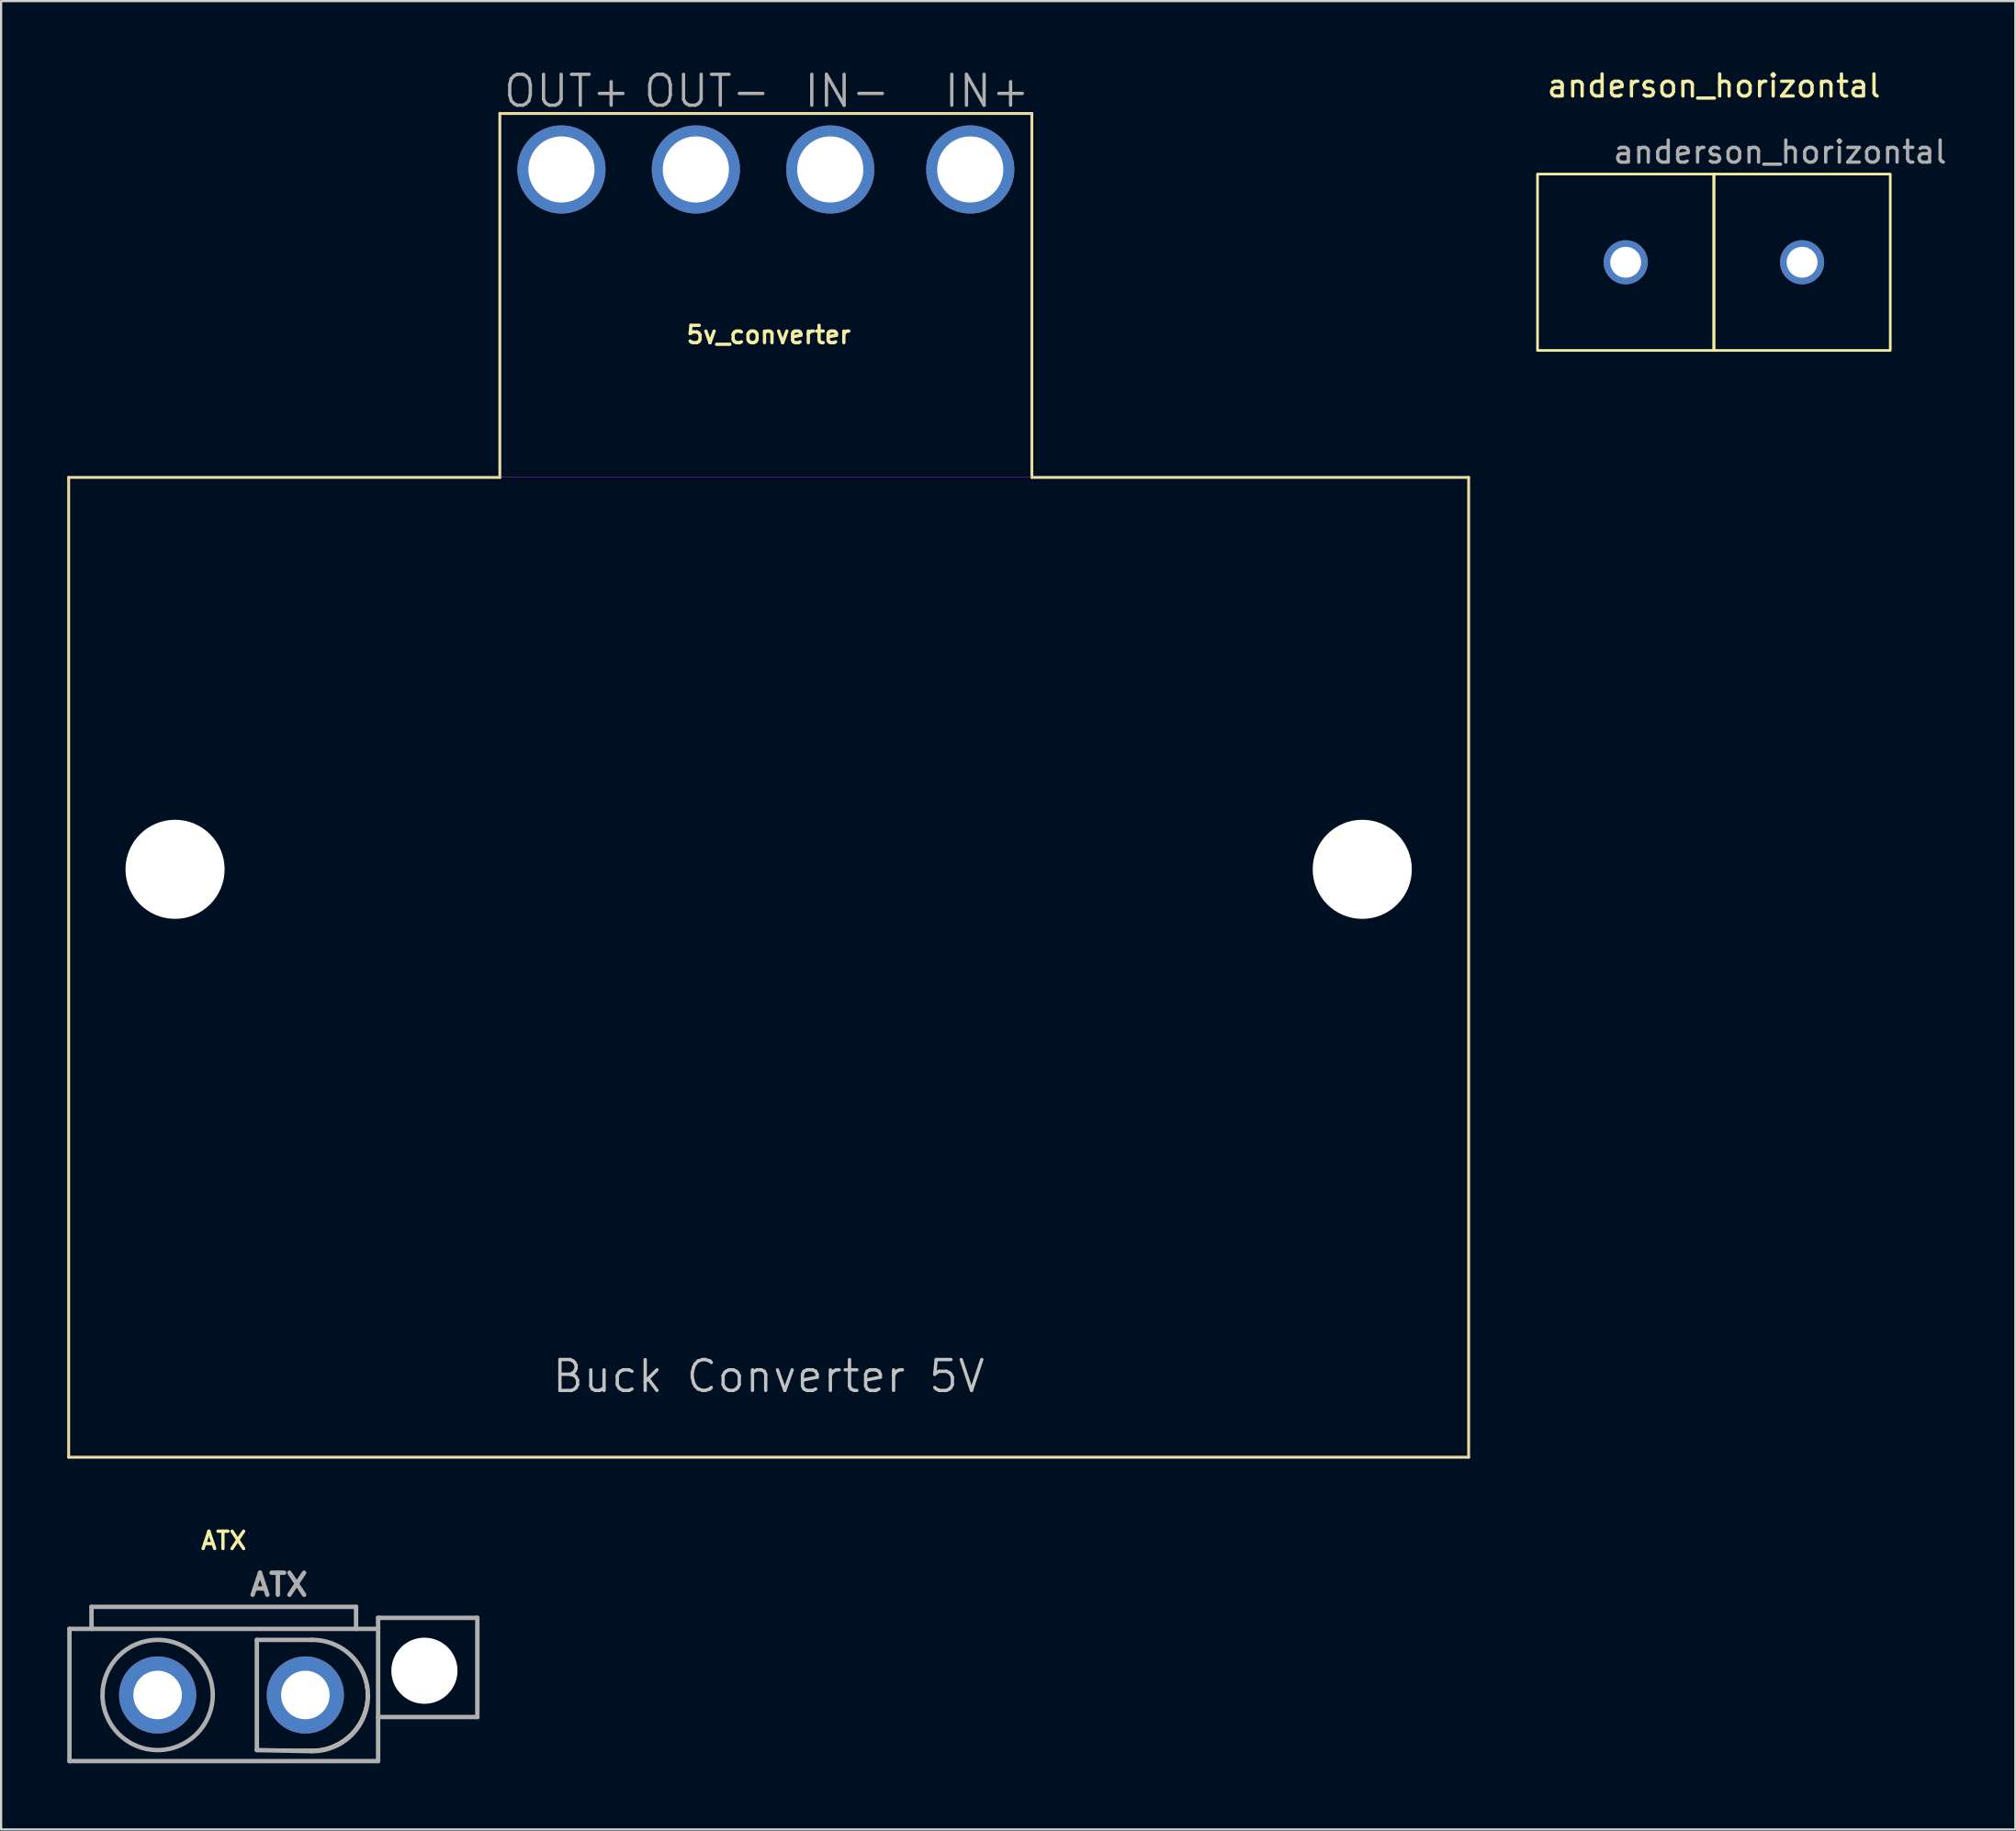
<source format=kicad_pcb>
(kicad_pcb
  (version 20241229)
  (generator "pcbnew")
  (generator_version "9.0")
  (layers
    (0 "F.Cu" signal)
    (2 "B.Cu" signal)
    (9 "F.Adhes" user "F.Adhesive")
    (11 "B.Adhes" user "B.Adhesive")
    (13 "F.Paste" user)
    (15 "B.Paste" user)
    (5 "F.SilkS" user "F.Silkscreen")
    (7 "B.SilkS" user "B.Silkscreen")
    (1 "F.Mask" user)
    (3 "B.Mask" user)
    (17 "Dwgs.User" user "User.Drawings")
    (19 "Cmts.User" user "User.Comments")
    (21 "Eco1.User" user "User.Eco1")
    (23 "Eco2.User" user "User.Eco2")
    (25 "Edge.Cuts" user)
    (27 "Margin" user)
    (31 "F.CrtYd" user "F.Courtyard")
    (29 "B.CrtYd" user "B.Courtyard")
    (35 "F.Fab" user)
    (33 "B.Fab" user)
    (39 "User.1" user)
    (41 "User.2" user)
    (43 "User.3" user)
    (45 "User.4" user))
  (footprint "5v_converter"
    (layer "F.Cu")
    (at 31.814 36.388)
    (property "Reference" "5v_converter" (at 0 -24.25 0) (layer "F.SilkS") (effects (font (size 0.787 0.787) (thickness 0.15))))
    (attr through_hole)
    (fp_line (start -31.75 -17.78) (end -31.75 26.67) (stroke (width 0.127) (type solid)) (layer "F.SilkS"))
    (fp_line (start -31.75 26.67) (end 31.75 26.67) (stroke (width 0.127) (type solid)) (layer "F.SilkS"))
    (fp_line (start -12.192 -34.29) (end -12.192 -17.78) (stroke (width 0.127) (type solid)) (layer "F.SilkS"))
    (fp_line (start -12.192 -34.29) (end 11.938 -34.29) (stroke (width 0.127) (type solid)) (layer "F.SilkS"))
    (fp_line (start -12.192 -17.78) (end -31.75 -17.78) (stroke (width 0.127) (type solid)) (layer "F.SilkS"))
    (fp_line (start 11.938 -34.29) (end 11.938 -17.78) (stroke (width 0.127) (type solid)) (layer "F.SilkS"))
    (fp_line (start 11.938 -17.78) (end 31.75 -17.78) (stroke (width 0.127) (type solid)) (layer "F.SilkS"))
    (fp_line (start 31.75 -17.78) (end 31.75 26.67) (stroke (width 0.127) (type solid)) (layer "F.SilkS"))
    (fp_poly (pts (xy -31.75 -17.78) (xy 31.75 -17.78) (xy 31.75 26.67) (xy -31.75 26.67)) (stroke (width 0.01) (type solid)) (fill no) (layer "F.CrtYd"))
    (fp_poly (pts (xy -12.192 -34.29) (xy 11.938 -34.29) (xy 11.938 -17.78) (xy -12.192 -17.78)) (stroke (width 0.01) (type solid)) (fill no) (layer "F.CrtYd"))
    (fp_text user "Buck Converter 5V" (at 0 23 0) (layer "Dwgs.User") (effects (font (size 1.4 1.4) (thickness 0.15))))
    (fp_text user "OUT-" (at -2.794 -35.306 0) (layer "F.Fab") (effects (font (size 1.4 1.4) (thickness 0.15))))
    (fp_text user "IN-" (at 3.556 -35.306 0) (layer "F.Fab") (effects (font (size 1.4 1.4) (thickness 0.15))))
    (fp_text user "OUT+" (at -9.144 -35.306 0) (layer "F.Fab") (effects (font (size 1.4 1.4) (thickness 0.15))))
    (fp_text user "IN+" (at 9.906 -35.306 0) (layer "F.Fab") (effects (font (size 1.4 1.4) (thickness 0.15))))
    (pad "" np_thru_hole circle (at -26.924 0) (size 4.496 4.496) (drill 4.496) (layers "*.Cu" "*.Mask"))
    (pad "" np_thru_hole circle (at 26.924 0) (size 4.496 4.496) (drill 4.496) (layers "*.Cu" "*.Mask"))
    (pad "1" thru_hole circle (at -9.398 -31.75) (size 4 4) (drill 3) (layers "*.Cu" "*.Mask"))
    (pad "2" thru_hole circle (at -3.302 -31.75) (size 4 4) (drill 3) (layers "*.Cu" "*.Mask"))
    (pad "3" thru_hole circle (at 2.794 -31.75) (size 4 4) (drill 3) (layers "*.Cu" "*.Mask"))
    (pad "4" thru_hole circle (at 9.144 -31.75) (size 4 4) (drill 3) (layers "*.Cu" "*.Mask")))
  (footprint "ATX"
    (layer "F.Cu")
    (at 7.1 73.846)
    (property "Reference" "ATX" (at 0 -7 0) (layer "F.SilkS") (effects (font (size 0.787 0.787) (thickness 0.15))))
    (attr through_hole)
    (fp_line (start -7 -3) (end -7 3) (stroke (width 0.127) (type solid)) (layer "F.SilkS"))
    (fp_line (start -7 -3) (end -6 -3) (stroke (width 0.127) (type solid)) (layer "F.SilkS"))
    (fp_line (start -7 3) (end 7 3) (stroke (width 0.127) (type solid)) (layer "F.SilkS"))
    (fp_line (start -6 -4) (end -6 -3) (stroke (width 0.127) (type solid)) (layer "F.SilkS"))
    (fp_line (start -6 -3) (end 6 -3) (stroke (width 0.127) (type solid)) (layer "F.SilkS"))
    (fp_line (start 1.5 -2.5) (end 1.5 2.5) (stroke (width 0.127) (type solid)) (layer "F.SilkS"))
    (fp_line (start 1.5 -2.5) (end 4 -2.5) (stroke (width 0.127) (type solid)) (layer "F.SilkS"))
    (fp_line (start 1.5 2.5) (end 4 2.5) (stroke (width 0.127) (type solid)) (layer "F.SilkS"))
    (fp_line (start 6 -4) (end -6 -4) (stroke (width 0.127) (type solid)) (layer "F.SilkS"))
    (fp_line (start 6 -3) (end 6 -4) (stroke (width 0.127) (type solid)) (layer "F.SilkS"))
    (fp_line (start 6 -3) (end 7 -3) (stroke (width 0.127) (type solid)) (layer "F.SilkS"))
    (fp_line (start 7 -3.5) (end 11.5 -3.5) (stroke (width 0.127) (type solid)) (layer "F.SilkS"))
    (fp_line (start 7 -3) (end 7 -3.5) (stroke (width 0.127) (type solid)) (layer "F.SilkS"))
    (fp_line (start 7 -3) (end 7 1) (stroke (width 0.127) (type solid)) (layer "F.SilkS"))
    (fp_line (start 7 1) (end 7 3) (stroke (width 0.127) (type solid)) (layer "F.SilkS"))
    (fp_line (start 11.5 -3.5) (end 11.5 1) (stroke (width 0.127) (type solid)) (layer "F.SilkS"))
    (fp_line (start 11.5 1) (end 7 1) (stroke (width 0.127) (type solid)) (layer "F.SilkS"))
    (fp_arc (start 4 -2.5) (mid 5.767767 -1.767767) (end 6.5 0) (stroke (width 0.127) (type solid)) (layer "F.SilkS"))
    (fp_arc (start 6.5 0) (mid 5.767767 1.767767) (end 4 2.5) (stroke (width 0.127) (type solid)) (layer "F.SilkS"))
    (fp_circle (center -3 0) (end -0.5 0) (stroke (width 0.127) (type solid)) (fill no) (layer "F.SilkS"))
    (fp_line (start -7 -3) (end -7 3) (stroke (width 0.2) (type solid)) (layer "F.Fab"))
    (fp_line (start -7 3) (end 7 3) (stroke (width 0.2) (type solid)) (layer "F.Fab"))
    (fp_line (start -6 -4) (end -6 -3) (stroke (width 0.2) (type solid)) (layer "F.Fab"))
    (fp_line (start -6 -4) (end 6 -4) (stroke (width 0.2) (type solid)) (layer "F.Fab"))
    (fp_line (start -6 -3) (end -7 -3) (stroke (width 0.2) (type solid)) (layer "F.Fab"))
    (fp_line (start 1.5 -2.5) (end 1.5 2.5) (stroke (width 0.2) (type solid)) (layer "F.Fab"))
    (fp_line (start 1.5 -2.5) (end 4 -2.5) (stroke (width 0.2) (type solid)) (layer "F.Fab"))
    (fp_line (start 1.5 2.5) (end 4 2.55) (stroke (width 0.2) (type solid)) (layer "F.Fab"))
    (fp_line (start 6 -4) (end 6 -3) (stroke (width 0.2) (type solid)) (layer "F.Fab"))
    (fp_line (start 6 -3) (end -6 -3) (stroke (width 0.2) (type solid)) (layer "F.Fab"))
    (fp_line (start 7 -3.5) (end 11.5 -3.5) (stroke (width 0.2) (type solid)) (layer "F.Fab"))
    (fp_line (start 7 -3) (end 6 -3) (stroke (width 0.2) (type solid)) (layer "F.Fab"))
    (fp_line (start 7 -3) (end 7 -3.5) (stroke (width 0.2) (type solid)) (layer "F.Fab"))
    (fp_line (start 7 3) (end 7 -3) (stroke (width 0.2) (type solid)) (layer "F.Fab"))
    (fp_line (start 11.5 -3.5) (end 11.5 1) (stroke (width 0.2) (type solid)) (layer "F.Fab"))
    (fp_line (start 11.5 1) (end 7 1) (stroke (width 0.2) (type solid)) (layer "F.Fab"))
    (fp_arc (start 4 -2.5) (mid 6.524755 0.024755) (end 4 2.549509) (stroke (width 0.2) (type solid)) (layer "F.Fab"))
    (fp_circle (center -3 0) (end -0.5 0) (stroke (width 0.2) (type solid)) (fill no) (layer "F.Fab"))
    (fp_text user "${REFERENCE}" (at 2.5 -5 0) (unlocked yes) (layer "F.Fab") (effects (font (size 1 1) (thickness 0.2))))
    (pad "" np_thru_hole circle (at 9.1 -1.1) (size 3 3) (drill 3) (layers "*.Cu" "*.Mask"))
    (pad "1" thru_hole circle (at -3 0) (size 3.5 3.5) (drill 2.2) (layers "*.Cu" "*.Mask"))
    (pad "2" thru_hole circle (at 3.7 0) (size 3.5 3.5) (drill 2.2) (layers "*.Cu" "*.Mask")))
  (footprint "anderson_horizontal"
    (layer "F.Cu")
    (at 74.687 4.848)
    (property "Reference" "anderson_horizontal" (at 0 -4 0) (unlocked yes) (layer "F.SilkS") (effects (font (size 1 1) (thickness 0.15))))
    (attr through_hole)
    (fp_rect (start 0 0) (end -8 8) (stroke (width 0.12) (type solid)) (fill no) (layer "F.SilkS"))
    (fp_rect (start 0 0) (end 8 8) (stroke (width 0.12) (type solid)) (fill no) (layer "F.SilkS"))
    (fp_text user "${REFERENCE}" (at 3 -1 0) (unlocked yes) (layer "F.Fab") (effects (font (size 1 1) (thickness 0.15))))
    (pad "1" thru_hole circle (at 4 4) (size 2 2) (drill 1.4) (layers "*.Cu" "*.Mask"))
    (pad "2" thru_hole circle (at -4 4) (size 2 2) (drill 1.4) (layers "*.Cu" "*.Mask")))
  (gr_rect
    (start -3 -3)
    (end 88.36 79.946)
    (stroke (width 0.1) (type default))
    (fill no)
    (layer "Edge.Cuts")))
</source>
